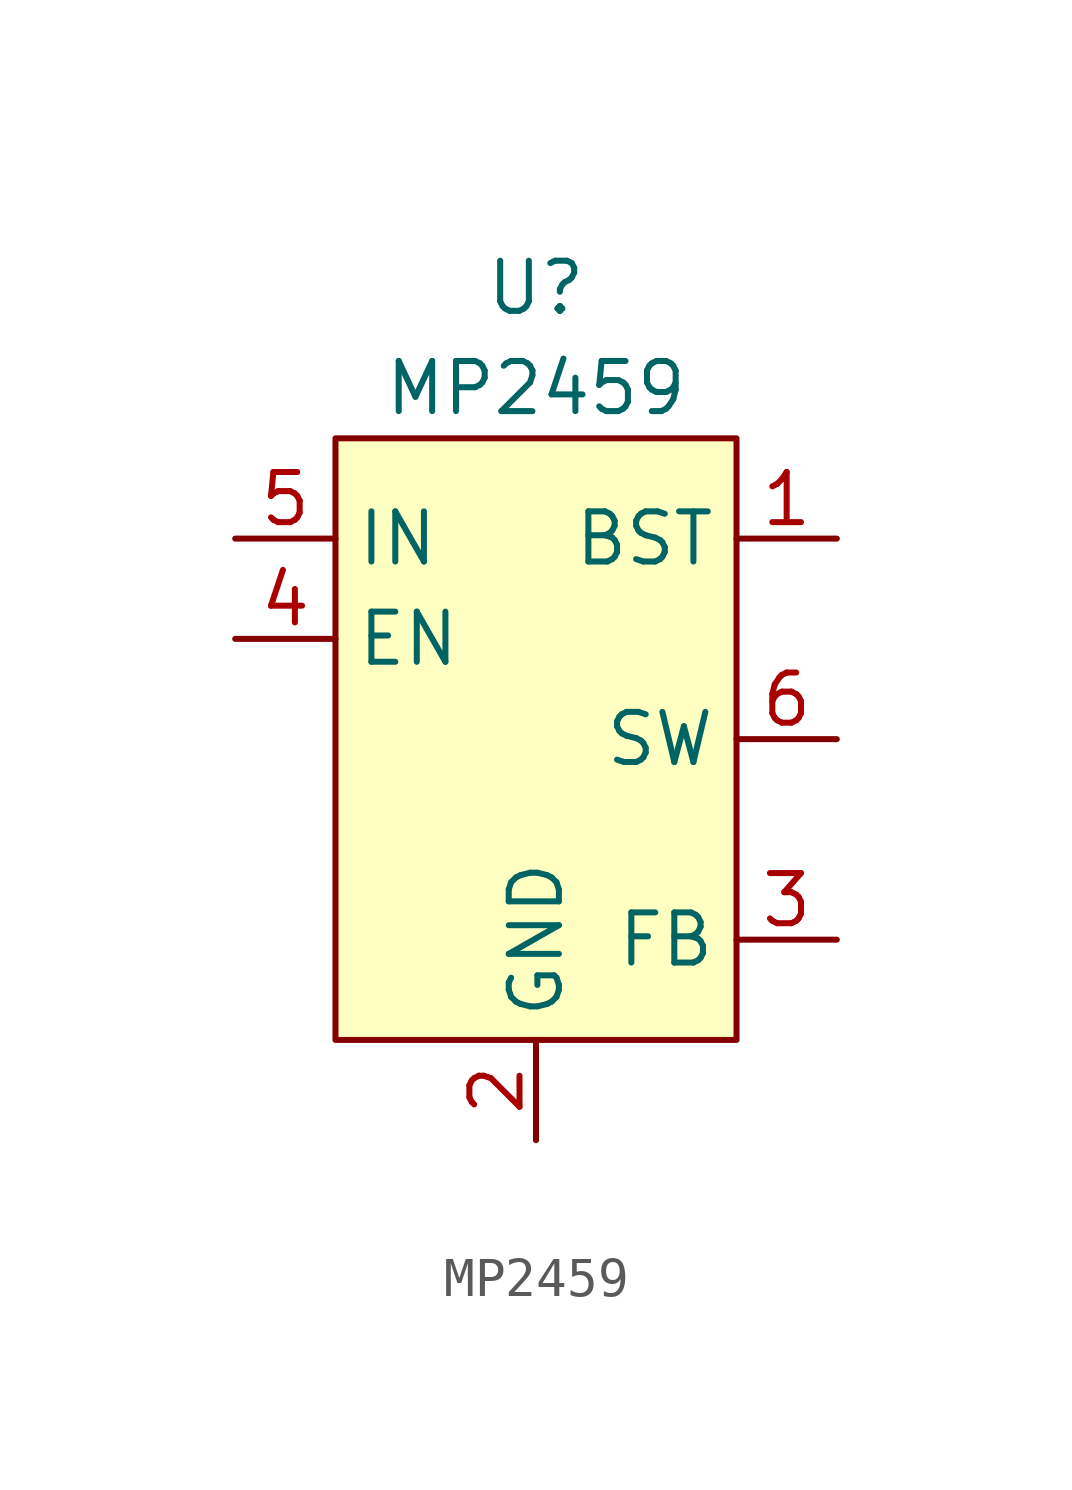
<source format=kicad_sym>
(kicad_symbol_lib
  (version 20241209)
  (generator "kicad_symbol_editor")
  (generator_version "9.0")
  (symbol "MP2459"
    (property "Reference" "U"
      (at 0 11.43 0)
      (effects (font (size 1.27 1.27))))
    (property "Value" "MP2459"
      (at 0 8.89 0)
      (effects (font (size 1.27 1.27))))
    (symbol "MP2459_1_1"
      (rectangle (start -5.08 7.62) (end 5.08 -7.62) (stroke (width 0) (type solid)) (fill (type background)))
      (pin power_in line (at -7.62 5.08 0) (length 2.54) (name "IN" (effects (font (size 1.27 1.27)))) (number "5" (effects (font (size 1.27 1.27)))))
      (pin input line (at -7.62 2.54 0) (length 2.54) (name "EN" (effects (font (size 1.27 1.27)))) (number "4" (effects (font (size 1.27 1.27)))))
      (pin power_in line (at 0 -10.16 90) (length 2.54) (name "GND" (effects (font (size 1.27 1.27)))) (number "2" (effects (font (size 1.27 1.27)))))
      (pin passive line (at 7.62 5.08 180) (length 2.54) (name "BST" (effects (font (size 1.27 1.27)))) (number "1" (effects (font (size 1.27 1.27)))))
      (pin power_out line (at 7.62 0 180) (length 2.54) (name "SW" (effects (font (size 1.27 1.27)))) (number "6" (effects (font (size 1.27 1.27)))))
      (pin power_out line (at 7.62 -5.08 180) (length 2.54) (name "FB" (effects (font (size 1.27 1.27)))) (number "3" (effects (font (size 1.27 1.27))))))))
</source>
